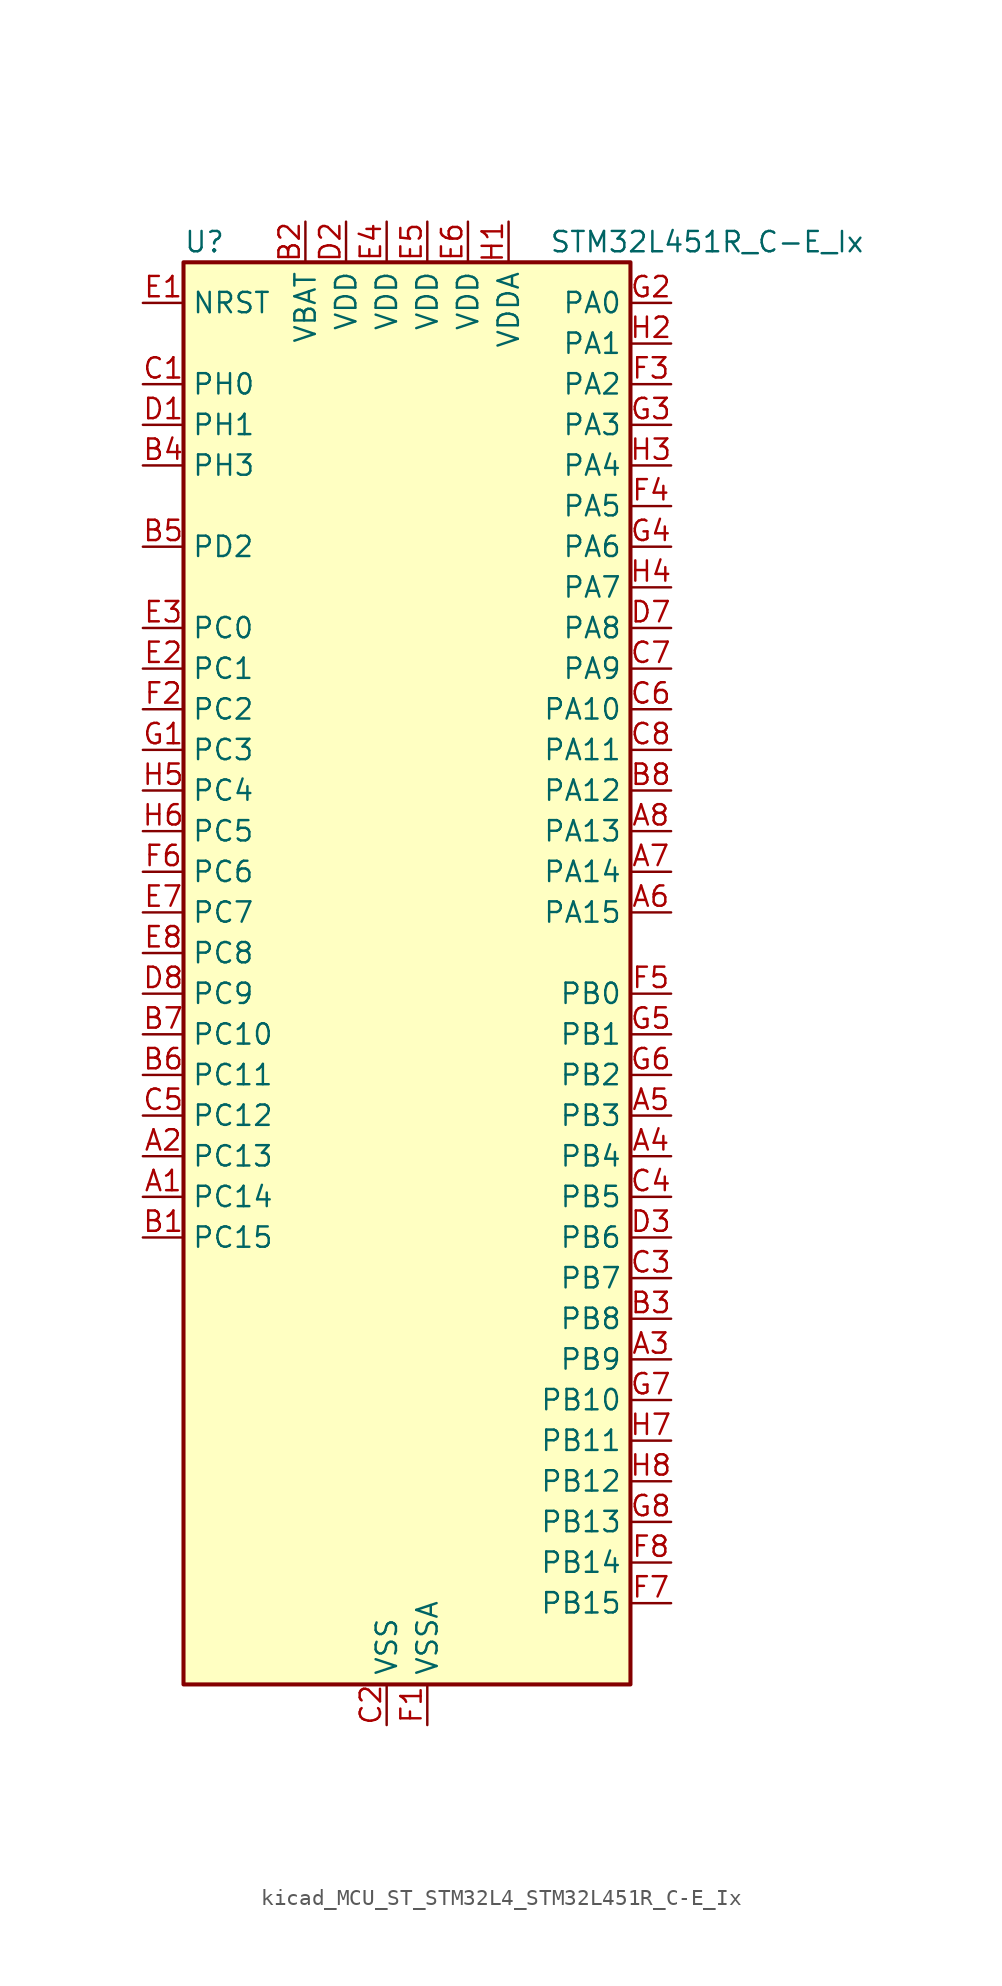
<source format=kicad_sym>
(kicad_symbol_lib
  (version 20220914)
  (generator kicad_symbol_editor)
  (symbol "kicad_MCU_ST_STM32L4_STM32L451R_C-E_Ix"
    (property "Reference" "U"
      (at -12.7 46.99 0)
      (effects (font (size 1.27 1.27)) (justify left)))
    (property "Value" "STM32L451R_C-E_Ix"
      (at 10.16 46.99 0)
      (effects (font (size 1.27 1.27)) (justify left)))
    (property "ki_locked" ""
      (at 0 0 0)
      (effects (font (size 1.27 1.27))))
    (symbol "kicad_MCU_ST_STM32L4_STM32L451R_C-E_Ix_0_1"
      (rectangle (start -12.7 -43.18) (end 15.24 45.72) (stroke (width 0.254) (type default)) (fill (type background))))
    (symbol "kicad_MCU_ST_STM32L4_STM32L451R_C-E_Ix_1_1"
      (pin bidirectional line (at -15.24 -12.7 0) (length 2.54) (name "PC14" (effects (font (size 1.27 1.27)))) (number "A1" (effects (font (size 1.27 1.27)))) (alternate "RCC_OSC32_IN" bidirectional line))
      (pin bidirectional line (at -15.24 -10.16 0) (length 2.54) (name "PC13" (effects (font (size 1.27 1.27)))) (number "A2" (effects (font (size 1.27 1.27)))) (alternate "RTC_OUT_ALARM" bidirectional line) (alternate "RTC_OUT_CALIB" bidirectional line) (alternate "RTC_TAMP1" bidirectional line) (alternate "RTC_TS" bidirectional line) (alternate "SYS_WKUP2" bidirectional line))
      (pin bidirectional line (at 17.78 -22.86 180) (length 2.54) (name "PB9" (effects (font (size 1.27 1.27)))) (number "A3" (effects (font (size 1.27 1.27)))) (alternate "CAN1_TX" bidirectional line) (alternate "DAC1_EXTI9" bidirectional line) (alternate "I2C1_SDA" bidirectional line) (alternate "IR_OUT" bidirectional line) (alternate "SAI1_FS_A" bidirectional line) (alternate "SDMMC1_D5" bidirectional line) (alternate "SPI2_NSS" bidirectional line))
      (pin bidirectional line (at 17.78 -10.16 180) (length 2.54) (name "PB4" (effects (font (size 1.27 1.27)))) (number "A4" (effects (font (size 1.27 1.27)))) (alternate "COMP2_INP" bidirectional line) (alternate "I2C3_SDA" bidirectional line) (alternate "SAI1_MCLK_B" bidirectional line) (alternate "SPI1_MISO" bidirectional line) (alternate "SPI3_MISO" bidirectional line) (alternate "SYS_JTRST" bidirectional line) (alternate "TIM3_CH1" bidirectional line) (alternate "TSC_G2_IO1" bidirectional line) (alternate "USART1_CTS" bidirectional line))
      (pin bidirectional line (at 17.78 -7.62 180) (length 2.54) (name "PB3" (effects (font (size 1.27 1.27)))) (number "A5" (effects (font (size 1.27 1.27)))) (alternate "COMP2_INM" bidirectional line) (alternate "SAI1_SCK_B" bidirectional line) (alternate "SPI1_SCK" bidirectional line) (alternate "SPI3_SCK" bidirectional line) (alternate "SYS_JTDO-SWO" bidirectional line) (alternate "TIM2_CH2" bidirectional line) (alternate "USART1_DE" bidirectional line) (alternate "USART1_RTS" bidirectional line))
      (pin bidirectional line (at 17.78 5.08 180) (length 2.54) (name "PA15" (effects (font (size 1.27 1.27)))) (number "A6" (effects (font (size 1.27 1.27)))) (alternate "ADC1_EXTI15" bidirectional line) (alternate "SPI1_NSS" bidirectional line) (alternate "SPI3_NSS" bidirectional line) (alternate "SYS_JTDI" bidirectional line) (alternate "TIM2_CH1" bidirectional line) (alternate "TIM2_ETR" bidirectional line) (alternate "TSC_G3_IO1" bidirectional line) (alternate "UART4_DE" bidirectional line) (alternate "UART4_RTS" bidirectional line) (alternate "USART2_RX" bidirectional line) (alternate "USART3_DE" bidirectional line) (alternate "USART3_RTS" bidirectional line))
      (pin bidirectional line (at 17.78 7.62 180) (length 2.54) (name "PA14" (effects (font (size 1.27 1.27)))) (number "A7" (effects (font (size 1.27 1.27)))) (alternate "I2C1_SMBA" bidirectional line) (alternate "I2C4_SMBA" bidirectional line) (alternate "LPTIM1_OUT" bidirectional line) (alternate "SAI1_FS_B" bidirectional line) (alternate "SYS_JTCK-SWCLK" bidirectional line))
      (pin bidirectional line (at 17.78 10.16 180) (length 2.54) (name "PA13" (effects (font (size 1.27 1.27)))) (number "A8" (effects (font (size 1.27 1.27)))) (alternate "IR_OUT" bidirectional line) (alternate "SAI1_SD_B" bidirectional line) (alternate "SYS_JTMS-SWDIO" bidirectional line))
      (pin bidirectional line (at -15.24 -15.24 0) (length 2.54) (name "PC15" (effects (font (size 1.27 1.27)))) (number "B1" (effects (font (size 1.27 1.27)))) (alternate "ADC1_EXTI15" bidirectional line) (alternate "RCC_OSC32_OUT" bidirectional line))
      (pin power_in line (at -5.08 48.26 270) (length 2.54) (name "VBAT" (effects (font (size 1.27 1.27)))) (number "B2" (effects (font (size 1.27 1.27)))))
      (pin bidirectional line (at 17.78 -20.32 180) (length 2.54) (name "PB8" (effects (font (size 1.27 1.27)))) (number "B3" (effects (font (size 1.27 1.27)))) (alternate "CAN1_RX" bidirectional line) (alternate "I2C1_SCL" bidirectional line) (alternate "SAI1_MCLK_A" bidirectional line) (alternate "SDMMC1_D4" bidirectional line) (alternate "TIM16_CH1" bidirectional line))
      (pin bidirectional line (at -15.24 33.02 0) (length 2.54) (name "PH3" (effects (font (size 1.27 1.27)))) (number "B4" (effects (font (size 1.27 1.27)))))
      (pin bidirectional line (at -15.24 27.94 0) (length 2.54) (name "PD2" (effects (font (size 1.27 1.27)))) (number "B5" (effects (font (size 1.27 1.27)))) (alternate "SDMMC1_CMD" bidirectional line) (alternate "SYS_TRACED2" bidirectional line) (alternate "TIM3_ETR" bidirectional line) (alternate "TSC_SYNC" bidirectional line) (alternate "USART3_DE" bidirectional line) (alternate "USART3_RTS" bidirectional line))
      (pin bidirectional line (at -15.24 -5.08 0) (length 2.54) (name "PC11" (effects (font (size 1.27 1.27)))) (number "B6" (effects (font (size 1.27 1.27)))) (alternate "ADC1_EXTI11" bidirectional line) (alternate "SDMMC1_D3" bidirectional line) (alternate "SPI3_MISO" bidirectional line) (alternate "TSC_G3_IO3" bidirectional line) (alternate "UART4_RX" bidirectional line) (alternate "USART3_RX" bidirectional line))
      (pin bidirectional line (at -15.24 -2.54 0) (length 2.54) (name "PC10" (effects (font (size 1.27 1.27)))) (number "B7" (effects (font (size 1.27 1.27)))) (alternate "SDMMC1_D2" bidirectional line) (alternate "SPI3_SCK" bidirectional line) (alternate "SYS_TRACED1" bidirectional line) (alternate "TSC_G3_IO2" bidirectional line) (alternate "UART4_TX" bidirectional line) (alternate "USART3_TX" bidirectional line))
      (pin bidirectional line (at 17.78 12.7 180) (length 2.54) (name "PA12" (effects (font (size 1.27 1.27)))) (number "B8" (effects (font (size 1.27 1.27)))) (alternate "CAN1_TX" bidirectional line) (alternate "SPI1_MOSI" bidirectional line) (alternate "TIM1_ETR" bidirectional line) (alternate "USART1_DE" bidirectional line) (alternate "USART1_RTS" bidirectional line))
      (pin bidirectional line (at -15.24 38.1 0) (length 2.54) (name "PH0" (effects (font (size 1.27 1.27)))) (number "C1" (effects (font (size 1.27 1.27)))) (alternate "RCC_OSC_IN" bidirectional line))
      (pin power_in line (at 0 -45.72 90) (length 2.54) (name "VSS" (effects (font (size 1.27 1.27)))) (number "C2" (effects (font (size 1.27 1.27)))))
      (pin bidirectional line (at 17.78 -17.78 180) (length 2.54) (name "PB7" (effects (font (size 1.27 1.27)))) (number "C3" (effects (font (size 1.27 1.27)))) (alternate "COMP2_INM" bidirectional line) (alternate "I2C1_SDA" bidirectional line) (alternate "I2C4_SDA" bidirectional line) (alternate "LPTIM1_IN2" bidirectional line) (alternate "SYS_PVD_IN" bidirectional line) (alternate "TSC_G2_IO4" bidirectional line) (alternate "UART4_CTS" bidirectional line) (alternate "USART1_RX" bidirectional line))
      (pin bidirectional line (at 17.78 -12.7 180) (length 2.54) (name "PB5" (effects (font (size 1.27 1.27)))) (number "C4" (effects (font (size 1.27 1.27)))) (alternate "CAN1_RX" bidirectional line) (alternate "COMP2_OUT" bidirectional line) (alternate "I2C1_SMBA" bidirectional line) (alternate "LPTIM1_IN1" bidirectional line) (alternate "SAI1_SD_B" bidirectional line) (alternate "SPI1_MOSI" bidirectional line) (alternate "SPI3_MOSI" bidirectional line) (alternate "TIM16_BKIN" bidirectional line) (alternate "TIM3_CH2" bidirectional line) (alternate "TSC_G2_IO2" bidirectional line) (alternate "USART1_CK" bidirectional line))
      (pin bidirectional line (at -15.24 -7.62 0) (length 2.54) (name "PC12" (effects (font (size 1.27 1.27)))) (number "C5" (effects (font (size 1.27 1.27)))) (alternate "SDMMC1_CK" bidirectional line) (alternate "SPI3_MOSI" bidirectional line) (alternate "SYS_TRACED3" bidirectional line) (alternate "TSC_G3_IO4" bidirectional line) (alternate "USART3_CK" bidirectional line))
      (pin bidirectional line (at 17.78 17.78 180) (length 2.54) (name "PA10" (effects (font (size 1.27 1.27)))) (number "C6" (effects (font (size 1.27 1.27)))) (alternate "I2C1_SDA" bidirectional line) (alternate "SAI1_SD_A" bidirectional line) (alternate "TIM1_CH3" bidirectional line) (alternate "USART1_RX" bidirectional line))
      (pin bidirectional line (at 17.78 20.32 180) (length 2.54) (name "PA9" (effects (font (size 1.27 1.27)))) (number "C7" (effects (font (size 1.27 1.27)))) (alternate "DAC1_EXTI9" bidirectional line) (alternate "DFSDM1_DATIN1" bidirectional line) (alternate "I2C1_SCL" bidirectional line) (alternate "SAI1_FS_A" bidirectional line) (alternate "TIM15_BKIN" bidirectional line) (alternate "TIM1_CH2" bidirectional line) (alternate "USART1_TX" bidirectional line))
      (pin bidirectional line (at 17.78 15.24 180) (length 2.54) (name "PA11" (effects (font (size 1.27 1.27)))) (number "C8" (effects (font (size 1.27 1.27)))) (alternate "ADC1_EXTI11" bidirectional line) (alternate "CAN1_RX" bidirectional line) (alternate "COMP1_OUT" bidirectional line) (alternate "SPI1_MISO" bidirectional line) (alternate "TIM1_BKIN2" bidirectional line) (alternate "TIM1_BKIN2_COMP1" bidirectional line) (alternate "TIM1_CH4" bidirectional line) (alternate "USART1_CTS" bidirectional line))
      (pin bidirectional line (at -15.24 35.56 0) (length 2.54) (name "PH1" (effects (font (size 1.27 1.27)))) (number "D1" (effects (font (size 1.27 1.27)))) (alternate "RCC_OSC_OUT" bidirectional line))
      (pin power_in line (at -2.54 48.26 270) (length 2.54) (name "VDD" (effects (font (size 1.27 1.27)))) (number "D2" (effects (font (size 1.27 1.27)))))
      (pin bidirectional line (at 17.78 -15.24 180) (length 2.54) (name "PB6" (effects (font (size 1.27 1.27)))) (number "D3" (effects (font (size 1.27 1.27)))) (alternate "CAN1_TX" bidirectional line) (alternate "COMP2_INP" bidirectional line) (alternate "I2C1_SCL" bidirectional line) (alternate "I2C4_SCL" bidirectional line) (alternate "LPTIM1_ETR" bidirectional line) (alternate "SAI1_FS_B" bidirectional line) (alternate "TIM16_CH1N" bidirectional line) (alternate "TSC_G2_IO3" bidirectional line) (alternate "USART1_TX" bidirectional line))
      (pin passive line (at 0 -45.72 90) (length 2.54) hide (name "VSS" (effects (font (size 1.27 1.27)))) (number "D4" (effects (font (size 1.27 1.27)))))
      (pin passive line (at 0 -45.72 90) (length 2.54) hide (name "VSS" (effects (font (size 1.27 1.27)))) (number "D5" (effects (font (size 1.27 1.27)))))
      (pin passive line (at 0 -45.72 90) (length 2.54) hide (name "VSS" (effects (font (size 1.27 1.27)))) (number "D6" (effects (font (size 1.27 1.27)))))
      (pin bidirectional line (at 17.78 22.86 180) (length 2.54) (name "PA8" (effects (font (size 1.27 1.27)))) (number "D7" (effects (font (size 1.27 1.27)))) (alternate "DFSDM1_CKIN1" bidirectional line) (alternate "LPTIM2_OUT" bidirectional line) (alternate "RCC_MCO" bidirectional line) (alternate "SAI1_SCK_A" bidirectional line) (alternate "TIM1_CH1" bidirectional line) (alternate "USART1_CK" bidirectional line))
      (pin bidirectional line (at -15.24 0 0) (length 2.54) (name "PC9" (effects (font (size 1.27 1.27)))) (number "D8" (effects (font (size 1.27 1.27)))) (alternate "DAC1_EXTI9" bidirectional line) (alternate "SDMMC1_D1" bidirectional line) (alternate "TIM3_CH4" bidirectional line) (alternate "TSC_G4_IO4" bidirectional line))
      (pin input line (at -15.24 43.18 0) (length 2.54) (name "NRST" (effects (font (size 1.27 1.27)))) (number "E1" (effects (font (size 1.27 1.27)))))
      (pin bidirectional line (at -15.24 20.32 0) (length 2.54) (name "PC1" (effects (font (size 1.27 1.27)))) (number "E2" (effects (font (size 1.27 1.27)))) (alternate "ADC1_IN2" bidirectional line) (alternate "I2C3_SDA" bidirectional line) (alternate "I2C4_SDA" bidirectional line) (alternate "LPTIM1_OUT" bidirectional line) (alternate "LPUART1_TX" bidirectional line) (alternate "SYS_TRACED0" bidirectional line))
      (pin bidirectional line (at -15.24 22.86 0) (length 2.54) (name "PC0" (effects (font (size 1.27 1.27)))) (number "E3" (effects (font (size 1.27 1.27)))) (alternate "ADC1_IN1" bidirectional line) (alternate "I2C3_SCL" bidirectional line) (alternate "I2C4_SCL" bidirectional line) (alternate "LPTIM1_IN1" bidirectional line) (alternate "LPTIM2_IN1" bidirectional line) (alternate "LPUART1_RX" bidirectional line))
      (pin power_in line (at 0 48.26 270) (length 2.54) (name "VDD" (effects (font (size 1.27 1.27)))) (number "E4" (effects (font (size 1.27 1.27)))))
      (pin power_in line (at 2.54 48.26 270) (length 2.54) (name "VDD" (effects (font (size 1.27 1.27)))) (number "E5" (effects (font (size 1.27 1.27)))))
      (pin power_in line (at 5.08 48.26 270) (length 2.54) (name "VDD" (effects (font (size 1.27 1.27)))) (number "E6" (effects (font (size 1.27 1.27)))))
      (pin bidirectional line (at -15.24 5.08 0) (length 2.54) (name "PC7" (effects (font (size 1.27 1.27)))) (number "E7" (effects (font (size 1.27 1.27)))) (alternate "DFSDM1_DATIN3" bidirectional line) (alternate "SDMMC1_D7" bidirectional line) (alternate "TIM3_CH2" bidirectional line) (alternate "TSC_G4_IO2" bidirectional line))
      (pin bidirectional line (at -15.24 2.54 0) (length 2.54) (name "PC8" (effects (font (size 1.27 1.27)))) (number "E8" (effects (font (size 1.27 1.27)))) (alternate "SDMMC1_D0" bidirectional line) (alternate "TIM3_CH3" bidirectional line) (alternate "TSC_G4_IO3" bidirectional line))
      (pin power_in line (at 2.54 -45.72 90) (length 2.54) (name "VSSA" (effects (font (size 1.27 1.27)))) (number "F1" (effects (font (size 1.27 1.27)))))
      (pin bidirectional line (at -15.24 17.78 0) (length 2.54) (name "PC2" (effects (font (size 1.27 1.27)))) (number "F2" (effects (font (size 1.27 1.27)))) (alternate "ADC1_IN3" bidirectional line) (alternate "DFSDM1_CKOUT" bidirectional line) (alternate "LPTIM1_IN2" bidirectional line) (alternate "SPI2_MISO" bidirectional line))
      (pin bidirectional line (at 17.78 38.1 180) (length 2.54) (name "PA2" (effects (font (size 1.27 1.27)))) (number "F3" (effects (font (size 1.27 1.27)))) (alternate "ADC1_IN7" bidirectional line) (alternate "COMP2_INM" bidirectional line) (alternate "COMP2_OUT" bidirectional line) (alternate "LPUART1_TX" bidirectional line) (alternate "QUADSPI_BK1_NCS" bidirectional line) (alternate "RCC_LSCO" bidirectional line) (alternate "SYS_WKUP4" bidirectional line) (alternate "TIM15_CH1" bidirectional line) (alternate "TIM2_CH3" bidirectional line) (alternate "USART2_TX" bidirectional line))
      (pin bidirectional line (at 17.78 30.48 180) (length 2.54) (name "PA5" (effects (font (size 1.27 1.27)))) (number "F4" (effects (font (size 1.27 1.27)))) (alternate "ADC1_IN10" bidirectional line) (alternate "COMP1_INM" bidirectional line) (alternate "COMP2_INM" bidirectional line) (alternate "DFSDM1_CKOUT" bidirectional line) (alternate "LPTIM2_ETR" bidirectional line) (alternate "SPI1_SCK" bidirectional line) (alternate "TIM2_CH1" bidirectional line) (alternate "TIM2_ETR" bidirectional line))
      (pin bidirectional line (at 17.78 0 180) (length 2.54) (name "PB0" (effects (font (size 1.27 1.27)))) (number "F5" (effects (font (size 1.27 1.27)))) (alternate "ADC1_IN15" bidirectional line) (alternate "COMP1_OUT" bidirectional line) (alternate "DFSDM1_CKIN0" bidirectional line) (alternate "QUADSPI_BK1_IO1" bidirectional line) (alternate "SAI1_EXTCLK" bidirectional line) (alternate "SPI1_NSS" bidirectional line) (alternate "TIM1_CH2N" bidirectional line) (alternate "TIM3_CH3" bidirectional line) (alternate "USART3_CK" bidirectional line))
      (pin bidirectional line (at -15.24 7.62 0) (length 2.54) (name "PC6" (effects (font (size 1.27 1.27)))) (number "F6" (effects (font (size 1.27 1.27)))) (alternate "DFSDM1_CKIN3" bidirectional line) (alternate "SDMMC1_D6" bidirectional line) (alternate "TIM3_CH1" bidirectional line) (alternate "TSC_G4_IO1" bidirectional line))
      (pin bidirectional line (at 17.78 -38.1 180) (length 2.54) (name "PB15" (effects (font (size 1.27 1.27)))) (number "F7" (effects (font (size 1.27 1.27)))) (alternate "ADC1_EXTI15" bidirectional line) (alternate "DFSDM1_CKIN2" bidirectional line) (alternate "RTC_REFIN" bidirectional line) (alternate "SAI1_SD_A" bidirectional line) (alternate "SPI2_MOSI" bidirectional line) (alternate "TIM15_CH2" bidirectional line) (alternate "TIM1_CH3N" bidirectional line) (alternate "TSC_G1_IO4" bidirectional line))
      (pin bidirectional line (at 17.78 -35.56 180) (length 2.54) (name "PB14" (effects (font (size 1.27 1.27)))) (number "F8" (effects (font (size 1.27 1.27)))) (alternate "DFSDM1_DATIN2" bidirectional line) (alternate "I2C2_SDA" bidirectional line) (alternate "SAI1_MCLK_A" bidirectional line) (alternate "SPI2_MISO" bidirectional line) (alternate "TIM15_CH1" bidirectional line) (alternate "TIM1_CH2N" bidirectional line) (alternate "TSC_G1_IO3" bidirectional line) (alternate "USART3_DE" bidirectional line) (alternate "USART3_RTS" bidirectional line))
      (pin bidirectional line (at -15.24 15.24 0) (length 2.54) (name "PC3" (effects (font (size 1.27 1.27)))) (number "G1" (effects (font (size 1.27 1.27)))) (alternate "ADC1_IN4" bidirectional line) (alternate "LPTIM1_ETR" bidirectional line) (alternate "LPTIM2_ETR" bidirectional line) (alternate "SAI1_SD_A" bidirectional line) (alternate "SPI2_MOSI" bidirectional line))
      (pin bidirectional line (at 17.78 43.18 180) (length 2.54) (name "PA0" (effects (font (size 1.27 1.27)))) (number "G2" (effects (font (size 1.27 1.27)))) (alternate "ADC1_IN5" bidirectional line) (alternate "COMP1_INM" bidirectional line) (alternate "COMP1_OUT" bidirectional line) (alternate "OPAMP1_VINP" bidirectional line) (alternate "RTC_TAMP2" bidirectional line) (alternate "SAI1_EXTCLK" bidirectional line) (alternate "SYS_WKUP1" bidirectional line) (alternate "TIM2_CH1" bidirectional line) (alternate "TIM2_ETR" bidirectional line) (alternate "UART4_TX" bidirectional line) (alternate "USART2_CTS" bidirectional line))
      (pin bidirectional line (at 17.78 35.56 180) (length 2.54) (name "PA3" (effects (font (size 1.27 1.27)))) (number "G3" (effects (font (size 1.27 1.27)))) (alternate "ADC1_IN8" bidirectional line) (alternate "COMP2_INP" bidirectional line) (alternate "LPUART1_RX" bidirectional line) (alternate "OPAMP1_VOUT" bidirectional line) (alternate "QUADSPI_CLK" bidirectional line) (alternate "SAI1_MCLK_A" bidirectional line) (alternate "TIM15_CH2" bidirectional line) (alternate "TIM2_CH4" bidirectional line) (alternate "USART2_RX" bidirectional line))
      (pin bidirectional line (at 17.78 27.94 180) (length 2.54) (name "PA6" (effects (font (size 1.27 1.27)))) (number "G4" (effects (font (size 1.27 1.27)))) (alternate "ADC1_IN11" bidirectional line) (alternate "COMP1_OUT" bidirectional line) (alternate "LPUART1_CTS" bidirectional line) (alternate "QUADSPI_BK1_IO3" bidirectional line) (alternate "SPI1_MISO" bidirectional line) (alternate "TIM16_CH1" bidirectional line) (alternate "TIM1_BKIN" bidirectional line) (alternate "TIM1_BKIN_COMP2" bidirectional line) (alternate "TIM3_CH1" bidirectional line) (alternate "USART3_CTS" bidirectional line))
      (pin bidirectional line (at 17.78 -2.54 180) (length 2.54) (name "PB1" (effects (font (size 1.27 1.27)))) (number "G5" (effects (font (size 1.27 1.27)))) (alternate "ADC1_IN16" bidirectional line) (alternate "COMP1_INM" bidirectional line) (alternate "DFSDM1_DATIN0" bidirectional line) (alternate "LPTIM2_IN1" bidirectional line) (alternate "LPUART1_DE" bidirectional line) (alternate "LPUART1_RTS" bidirectional line) (alternate "QUADSPI_BK1_IO0" bidirectional line) (alternate "TIM1_CH3N" bidirectional line) (alternate "TIM3_CH4" bidirectional line) (alternate "USART3_DE" bidirectional line) (alternate "USART3_RTS" bidirectional line))
      (pin bidirectional line (at 17.78 -5.08 180) (length 2.54) (name "PB2" (effects (font (size 1.27 1.27)))) (number "G6" (effects (font (size 1.27 1.27)))) (alternate "COMP1_INP" bidirectional line) (alternate "DFSDM1_CKIN0" bidirectional line) (alternate "I2C3_SMBA" bidirectional line) (alternate "LPTIM1_OUT" bidirectional line) (alternate "RTC_OUT_ALARM" bidirectional line) (alternate "RTC_OUT_CALIB" bidirectional line))
      (pin bidirectional line (at 17.78 -25.4 180) (length 2.54) (name "PB10" (effects (font (size 1.27 1.27)))) (number "G7" (effects (font (size 1.27 1.27)))) (alternate "COMP1_OUT" bidirectional line) (alternate "I2C2_SCL" bidirectional line) (alternate "I2C4_SCL" bidirectional line) (alternate "LPUART1_RX" bidirectional line) (alternate "QUADSPI_CLK" bidirectional line) (alternate "SAI1_SCK_A" bidirectional line) (alternate "SPI2_SCK" bidirectional line) (alternate "TIM2_CH3" bidirectional line) (alternate "TSC_SYNC" bidirectional line) (alternate "USART3_TX" bidirectional line))
      (pin bidirectional line (at 17.78 -33.02 180) (length 2.54) (name "PB13" (effects (font (size 1.27 1.27)))) (number "G8" (effects (font (size 1.27 1.27)))) (alternate "CAN1_TX" bidirectional line) (alternate "DFSDM1_CKIN1" bidirectional line) (alternate "I2C2_SCL" bidirectional line) (alternate "LPUART1_CTS" bidirectional line) (alternate "SAI1_SCK_A" bidirectional line) (alternate "SPI2_SCK" bidirectional line) (alternate "TIM15_CH1N" bidirectional line) (alternate "TIM1_CH1N" bidirectional line) (alternate "TSC_G1_IO2" bidirectional line) (alternate "USART3_CTS" bidirectional line))
      (pin power_in line (at 7.62 48.26 270) (length 2.54) (name "VDDA" (effects (font (size 1.27 1.27)))) (number "H1" (effects (font (size 1.27 1.27)))))
      (pin bidirectional line (at 17.78 40.64 180) (length 2.54) (name "PA1" (effects (font (size 1.27 1.27)))) (number "H2" (effects (font (size 1.27 1.27)))) (alternate "ADC1_IN6" bidirectional line) (alternate "COMP1_INP" bidirectional line) (alternate "I2C1_SMBA" bidirectional line) (alternate "OPAMP1_VINM" bidirectional line) (alternate "SPI1_SCK" bidirectional line) (alternate "TIM15_CH1N" bidirectional line) (alternate "TIM2_CH2" bidirectional line) (alternate "UART4_RX" bidirectional line) (alternate "USART2_DE" bidirectional line) (alternate "USART2_RTS" bidirectional line))
      (pin bidirectional line (at 17.78 33.02 180) (length 2.54) (name "PA4" (effects (font (size 1.27 1.27)))) (number "H3" (effects (font (size 1.27 1.27)))) (alternate "ADC1_IN9" bidirectional line) (alternate "COMP1_INM" bidirectional line) (alternate "COMP2_INM" bidirectional line) (alternate "DAC1_OUT1" bidirectional line) (alternate "LPTIM2_OUT" bidirectional line) (alternate "SAI1_FS_B" bidirectional line) (alternate "SPI1_NSS" bidirectional line) (alternate "SPI3_NSS" bidirectional line) (alternate "USART2_CK" bidirectional line))
      (pin bidirectional line (at 17.78 25.4 180) (length 2.54) (name "PA7" (effects (font (size 1.27 1.27)))) (number "H4" (effects (font (size 1.27 1.27)))) (alternate "ADC1_IN12" bidirectional line) (alternate "COMP2_OUT" bidirectional line) (alternate "DFSDM1_DATIN0" bidirectional line) (alternate "I2C3_SCL" bidirectional line) (alternate "QUADSPI_BK1_IO2" bidirectional line) (alternate "SPI1_MOSI" bidirectional line) (alternate "TIM1_CH1N" bidirectional line) (alternate "TIM3_CH2" bidirectional line))
      (pin bidirectional line (at -15.24 12.7 0) (length 2.54) (name "PC4" (effects (font (size 1.27 1.27)))) (number "H5" (effects (font (size 1.27 1.27)))) (alternate "ADC1_IN13" bidirectional line) (alternate "COMP1_INM" bidirectional line) (alternate "USART3_TX" bidirectional line))
      (pin bidirectional line (at -15.24 10.16 0) (length 2.54) (name "PC5" (effects (font (size 1.27 1.27)))) (number "H6" (effects (font (size 1.27 1.27)))) (alternate "ADC1_IN14" bidirectional line) (alternate "COMP1_INP" bidirectional line) (alternate "SYS_WKUP5" bidirectional line) (alternate "USART3_RX" bidirectional line))
      (pin bidirectional line (at 17.78 -27.94 180) (length 2.54) (name "PB11" (effects (font (size 1.27 1.27)))) (number "H7" (effects (font (size 1.27 1.27)))) (alternate "ADC1_EXTI11" bidirectional line) (alternate "COMP2_OUT" bidirectional line) (alternate "I2C2_SDA" bidirectional line) (alternate "I2C4_SDA" bidirectional line) (alternate "LPUART1_TX" bidirectional line) (alternate "QUADSPI_BK1_NCS" bidirectional line) (alternate "TIM2_CH4" bidirectional line) (alternate "USART3_RX" bidirectional line))
      (pin bidirectional line (at 17.78 -30.48 180) (length 2.54) (name "PB12" (effects (font (size 1.27 1.27)))) (number "H8" (effects (font (size 1.27 1.27)))) (alternate "CAN1_RX" bidirectional line) (alternate "DFSDM1_DATIN1" bidirectional line) (alternate "I2C2_SMBA" bidirectional line) (alternate "LPUART1_DE" bidirectional line) (alternate "LPUART1_RTS" bidirectional line) (alternate "SAI1_FS_A" bidirectional line) (alternate "SPI2_NSS" bidirectional line) (alternate "TIM15_BKIN" bidirectional line) (alternate "TIM1_BKIN" bidirectional line) (alternate "TIM1_BKIN_COMP2" bidirectional line) (alternate "TSC_G1_IO1" bidirectional line) (alternate "USART3_CK" bidirectional line)))))
</source>
